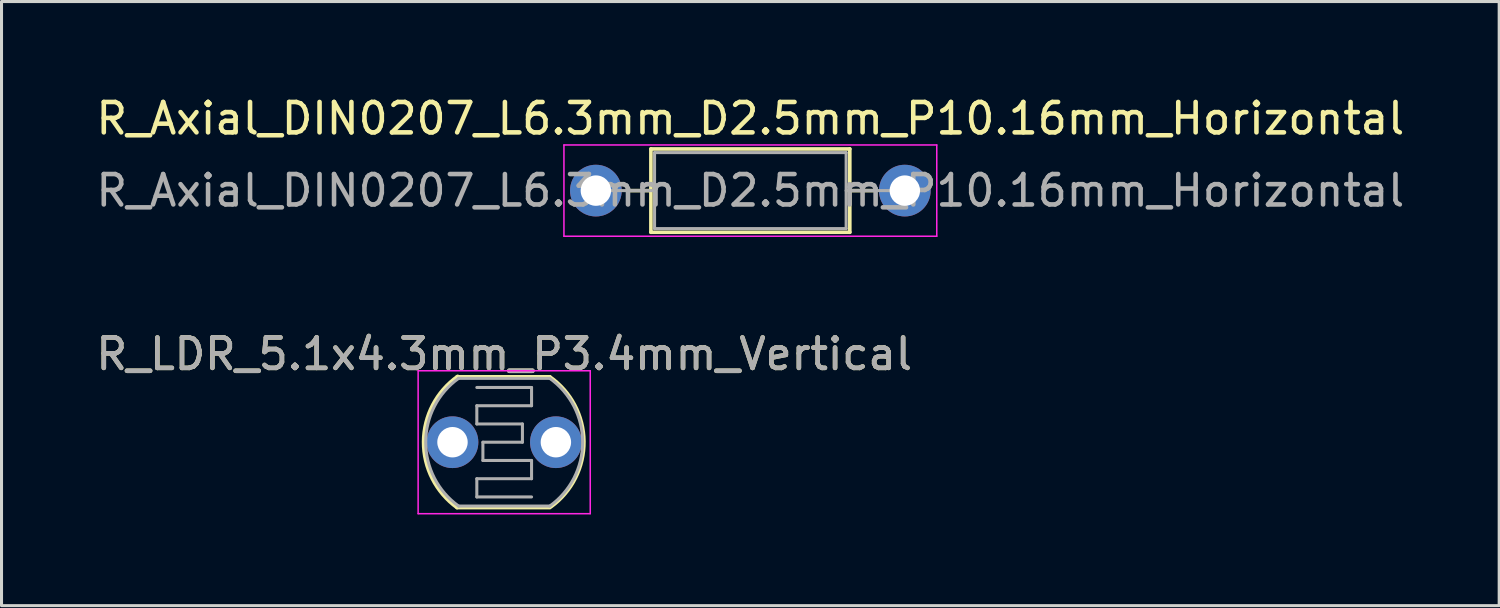
<source format=kicad_pcb>
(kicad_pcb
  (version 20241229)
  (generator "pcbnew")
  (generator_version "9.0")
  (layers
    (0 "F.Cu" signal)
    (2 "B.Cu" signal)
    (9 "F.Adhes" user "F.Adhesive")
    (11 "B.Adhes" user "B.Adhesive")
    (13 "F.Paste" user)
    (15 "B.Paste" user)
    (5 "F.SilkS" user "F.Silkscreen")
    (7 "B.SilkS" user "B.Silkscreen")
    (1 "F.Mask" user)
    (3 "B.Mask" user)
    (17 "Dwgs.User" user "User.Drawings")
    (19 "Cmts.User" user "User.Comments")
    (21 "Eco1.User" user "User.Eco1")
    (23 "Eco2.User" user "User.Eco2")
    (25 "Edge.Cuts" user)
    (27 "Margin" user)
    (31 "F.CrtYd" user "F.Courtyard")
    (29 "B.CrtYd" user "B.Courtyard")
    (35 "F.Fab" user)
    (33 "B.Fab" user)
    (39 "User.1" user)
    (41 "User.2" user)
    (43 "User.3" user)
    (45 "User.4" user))
  (footprint "R_LDR_5.1x4.3mm_P3.4mm_Vertical"
    (layer "F.Cu")
    (at 11.83 11.492)
    (property "Reference" "R_LDR_5.1x4.3mm_P3.4mm_Vertical" (at 1.7 -2.9 0) (layer "F.SilkS") (effects (font (size 1 1) (thickness 0.15))))
    (attr through_hole)
    (fp_line (start 0.15 -2.15) (end 3.2 -2.15) (stroke (width 0.12) (type solid)) (layer "F.SilkS"))
    (fp_line (start 0.15 2.15) (end 3.2 2.15) (stroke (width 0.12) (type solid)) (layer "F.SilkS"))
    (fp_arc (start 0.15 2.15) (mid -0.950438 -0.013368) (end 0.171766 -2.165525) (stroke (width 0.12) (type solid)) (layer "F.SilkS"))
    (fp_arc (start 3.2 -2.15) (mid 4.321403 -0.027338) (end 3.244513 2.118249) (stroke (width 0.12) (type solid)) (layer "F.SilkS"))
    (fp_line (start -1.13 -2.35) (end -1.13 2.35) (stroke (width 0.05) (type solid)) (layer "F.CrtYd"))
    (fp_line (start -1.13 -2.35) (end 4.53 -2.35) (stroke (width 0.05) (type solid)) (layer "F.CrtYd"))
    (fp_line (start 4.53 2.35) (end -1.13 2.35) (stroke (width 0.05) (type solid)) (layer "F.CrtYd"))
    (fp_line (start 4.53 2.35) (end 4.53 -2.35) (stroke (width 0.05) (type solid)) (layer "F.CrtYd"))
    (fp_line (start 0.2 -2.1) (end 3.2 -2.1) (stroke (width 0.1) (type solid)) (layer "F.Fab"))
    (fp_line (start 0.8 -1.8) (end 2.6 -1.8) (stroke (width 0.1) (type solid)) (layer "F.Fab"))
    (fp_line (start 0.8 -1.2) (end 0.8 -0.6) (stroke (width 0.1) (type solid)) (layer "F.Fab"))
    (fp_line (start 0.8 1.2) (end 0.8 1.8) (stroke (width 0.1) (type solid)) (layer "F.Fab"))
    (fp_line (start 0.8 1.8) (end 2.6 1.8) (stroke (width 0.1) (type solid)) (layer "F.Fab"))
    (fp_line (start 1 0) (end 1 0.6) (stroke (width 0.1) (type solid)) (layer "F.Fab"))
    (fp_line (start 1 0) (end 2.3 0) (stroke (width 0.1) (type solid)) (layer "F.Fab"))
    (fp_line (start 2.3 -0.6) (end 0.8 -0.6) (stroke (width 0.1) (type solid)) (layer "F.Fab"))
    (fp_line (start 2.3 0) (end 2.3 -0.6) (stroke (width 0.1) (type solid)) (layer "F.Fab"))
    (fp_line (start 2.6 -1.8) (end 2.6 -1.2) (stroke (width 0.1) (type solid)) (layer "F.Fab"))
    (fp_line (start 2.6 -1.2) (end 0.8 -1.2) (stroke (width 0.1) (type solid)) (layer "F.Fab"))
    (fp_line (start 2.6 0.6) (end 1 0.6) (stroke (width 0.1) (type solid)) (layer "F.Fab"))
    (fp_line (start 2.6 0.6) (end 2.6 1.2) (stroke (width 0.1) (type solid)) (layer "F.Fab"))
    (fp_line (start 2.6 1.2) (end 0.8 1.2) (stroke (width 0.1) (type solid)) (layer "F.Fab"))
    (fp_line (start 3.2 2.1) (end 0.2 2.1) (stroke (width 0.1) (type solid)) (layer "F.Fab"))
    (fp_arc (start 0.2 2.1) (mid -0.880697 -0.001697) (end 0.202763 -2.101971) (stroke (width 0.1) (type solid)) (layer "F.Fab"))
    (fp_arc (start 3.2 -2.1) (mid 4.280697 0.001697) (end 3.197237 2.101971) (stroke (width 0.1) (type solid)) (layer "F.Fab"))
    (fp_text user "${REFERENCE}" (at 1.7 -2.9 0) (layer "F.Fab") (effects (font (size 1 1) (thickness 0.15))))
    (pad "1" thru_hole circle (at 0 0) (size 1.7 1.7) (drill 1) (layers "*.Cu" "*.Mask"))
    (pad "2" thru_hole circle (at 3.4 0) (size 1.7 1.7) (drill 1) (layers "*.Cu" "*.Mask")))
  (footprint "R_Axial_DIN0207_L6.3mm_D2.5mm_P10.16mm_Horizontal"
    (layer "F.Cu")
    (at 16.545 3.218)
    (property "Reference" "R_Axial_DIN0207_L6.3mm_D2.5mm_P10.16mm_Horizontal" (at 5.08 -2.37 0) (layer "F.SilkS") (effects (font (size 1 1) (thickness 0.15))))
    (attr through_hole)
    (fp_line (start 1.04 0) (end 1.81 0) (stroke (width 0.12) (type solid)) (layer "F.SilkS"))
    (fp_line (start 1.81 -1.37) (end 1.81 1.37) (stroke (width 0.12) (type solid)) (layer "F.SilkS"))
    (fp_line (start 1.81 1.37) (end 8.35 1.37) (stroke (width 0.12) (type solid)) (layer "F.SilkS"))
    (fp_line (start 8.35 -1.37) (end 1.81 -1.37) (stroke (width 0.12) (type solid)) (layer "F.SilkS"))
    (fp_line (start 8.35 1.37) (end 8.35 -1.37) (stroke (width 0.12) (type solid)) (layer "F.SilkS"))
    (fp_line (start 9.12 0) (end 8.35 0) (stroke (width 0.12) (type solid)) (layer "F.SilkS"))
    (fp_line (start -1.05 -1.5) (end -1.05 1.5) (stroke (width 0.05) (type solid)) (layer "F.CrtYd"))
    (fp_line (start -1.05 1.5) (end 11.21 1.5) (stroke (width 0.05) (type solid)) (layer "F.CrtYd"))
    (fp_line (start 11.21 -1.5) (end -1.05 -1.5) (stroke (width 0.05) (type solid)) (layer "F.CrtYd"))
    (fp_line (start 11.21 1.5) (end 11.21 -1.5) (stroke (width 0.05) (type solid)) (layer "F.CrtYd"))
    (fp_line (start 0 0) (end 1.93 0) (stroke (width 0.1) (type solid)) (layer "F.Fab"))
    (fp_line (start 1.93 -1.25) (end 1.93 1.25) (stroke (width 0.1) (type solid)) (layer "F.Fab"))
    (fp_line (start 1.93 1.25) (end 8.23 1.25) (stroke (width 0.1) (type solid)) (layer "F.Fab"))
    (fp_line (start 8.23 -1.25) (end 1.93 -1.25) (stroke (width 0.1) (type solid)) (layer "F.Fab"))
    (fp_line (start 8.23 1.25) (end 8.23 -1.25) (stroke (width 0.1) (type solid)) (layer "F.Fab"))
    (fp_line (start 10.16 0) (end 8.23 0) (stroke (width 0.1) (type solid)) (layer "F.Fab"))
    (fp_text user "${REFERENCE}" (at 5.08 0 0) (layer "F.Fab") (effects (font (size 1 1) (thickness 0.15))))
    (pad "1" thru_hole circle (at 0 0) (size 1.7 1.7) (drill 1) (layers "*.Cu" "*.Mask"))
    (pad "2" thru_hole circle (at 10.16 0) (size 1.7 1.7) (drill 1) (layers "*.Cu" "*.Mask")))
  (gr_rect
    (start -3 -3)
    (end 46.25 16.866)
    (stroke (width 0.1) (type default))
    (fill no)
    (layer "Edge.Cuts")))
</source>
